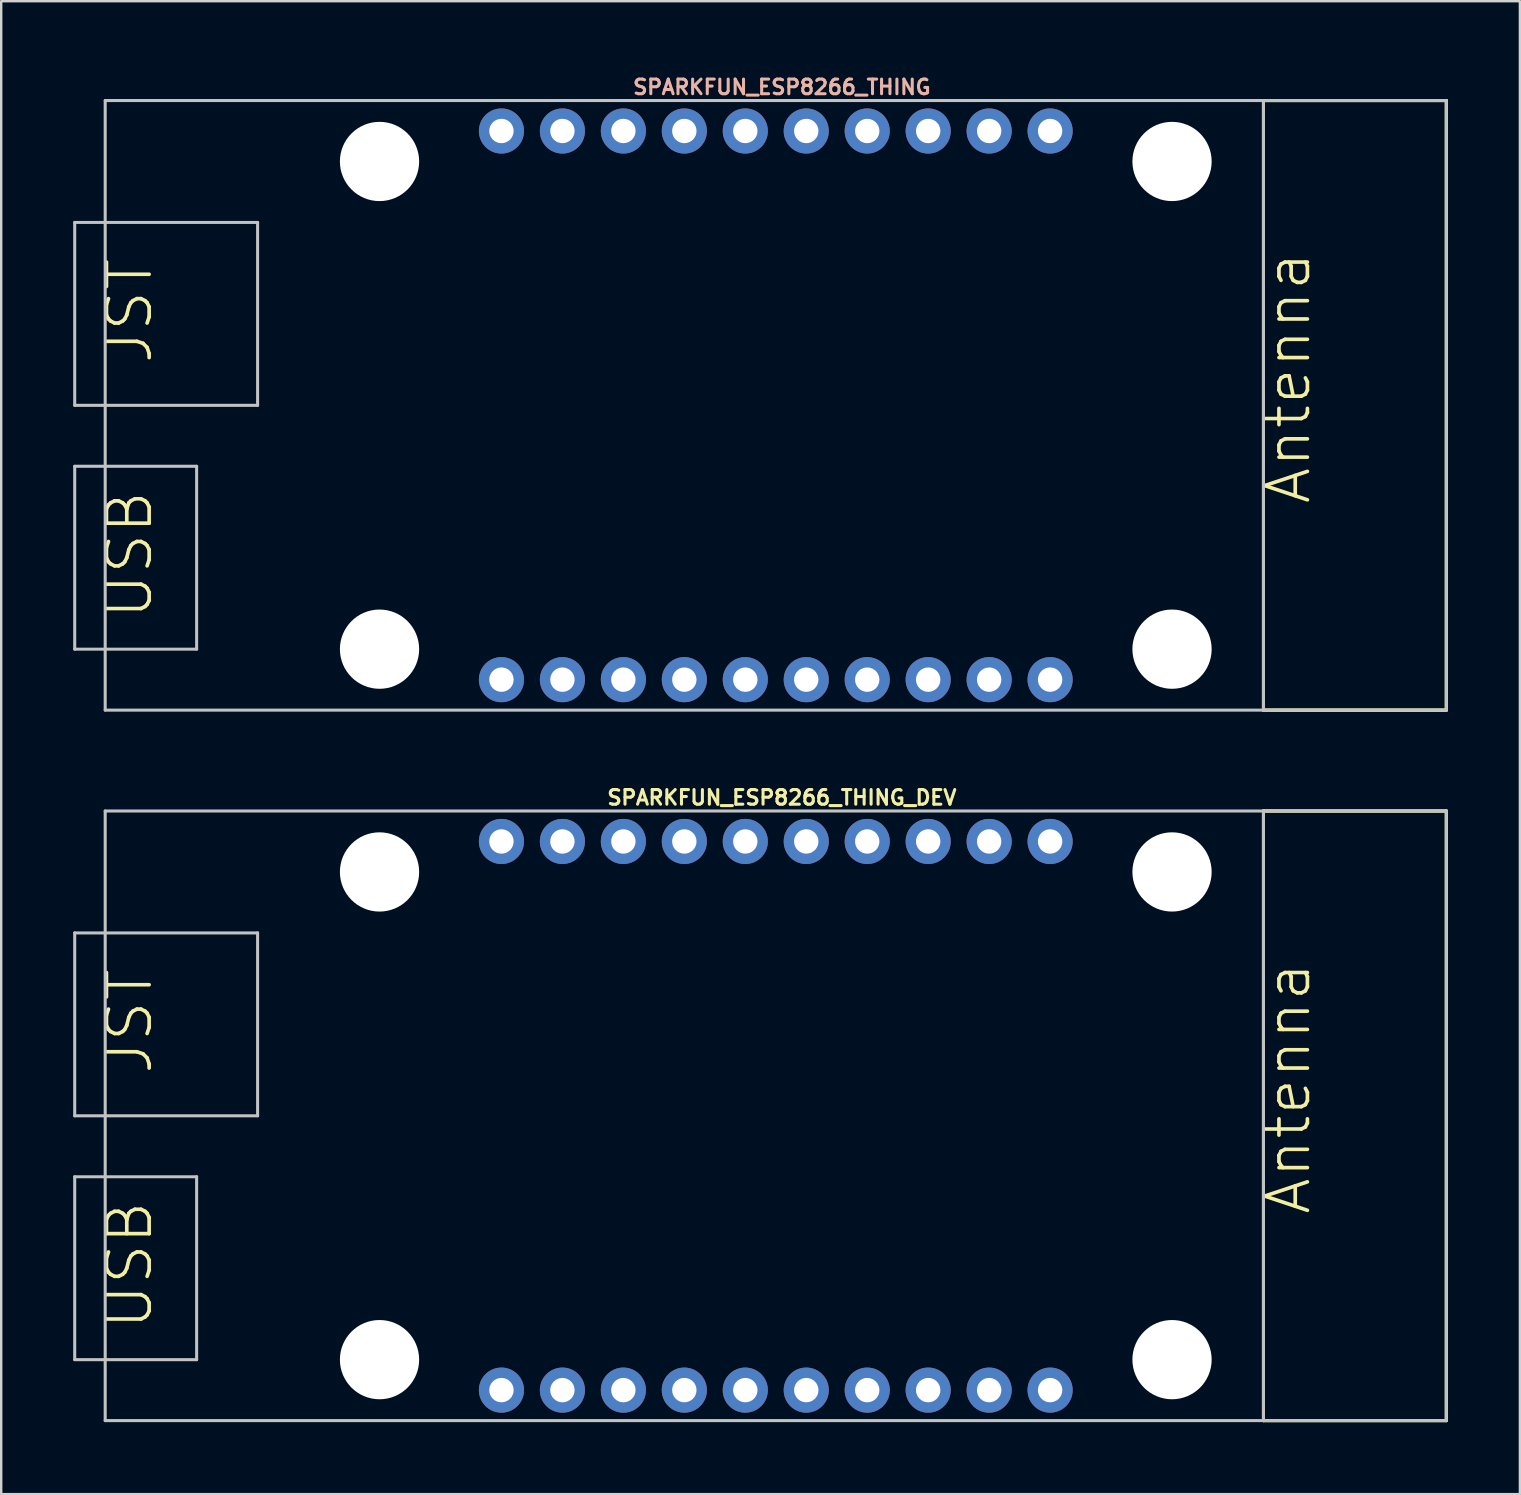
<source format=kicad_pcb>
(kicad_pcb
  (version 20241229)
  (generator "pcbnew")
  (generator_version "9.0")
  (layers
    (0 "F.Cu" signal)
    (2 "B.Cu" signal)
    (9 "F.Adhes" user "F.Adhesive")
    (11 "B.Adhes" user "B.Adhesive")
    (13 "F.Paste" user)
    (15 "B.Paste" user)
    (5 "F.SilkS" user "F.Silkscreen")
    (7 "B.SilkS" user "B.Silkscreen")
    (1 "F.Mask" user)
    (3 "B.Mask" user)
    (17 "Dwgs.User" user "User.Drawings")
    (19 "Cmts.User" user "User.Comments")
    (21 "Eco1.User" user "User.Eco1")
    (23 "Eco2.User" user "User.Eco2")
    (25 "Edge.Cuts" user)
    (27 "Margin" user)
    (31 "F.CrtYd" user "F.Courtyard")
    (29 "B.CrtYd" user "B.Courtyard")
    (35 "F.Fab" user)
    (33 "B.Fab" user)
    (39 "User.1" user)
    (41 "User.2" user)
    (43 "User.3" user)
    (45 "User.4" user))
  (footprint "SPARKFUN_ESP8266_THING"
    (layer "F.Cu")
    (at 28.003 13.838)
    (property "Reference" "SPARKFUN_ESP8266_THING" (at 1.524 -13.259 0) (layer "B.SilkS") (effects (font (size 0.61 0.61) (thickness 0.127))))
    (attr exclude_from_pos_files exclude_from_bom)
    (fp_line (start 21.59 -12.7) (end 21.59 12.7) (stroke (width 0.127) (type solid)) (layer "F.SilkS"))
    (fp_line (start 21.59 -12.7) (end 21.59 12.7) (stroke (width 0.127) (type solid)) (layer "F.SilkS"))
    (fp_line (start 21.59 12.7) (end 29.21 12.7) (stroke (width 0.127) (type solid)) (layer "F.SilkS"))
    (fp_line (start 21.59 12.7) (end 29.21 12.7) (stroke (width 0.127) (type solid)) (layer "F.SilkS"))
    (fp_line (start 29.21 -12.7) (end 21.59 -12.7) (stroke (width 0.127) (type solid)) (layer "F.SilkS"))
    (fp_line (start 29.21 -12.7) (end 21.59 -12.7) (stroke (width 0.127) (type solid)) (layer "F.SilkS"))
    (fp_line (start 29.21 12.7) (end 29.21 -12.7) (stroke (width 0.127) (type solid)) (layer "F.SilkS"))
    (fp_line (start 29.21 12.7) (end 29.21 -12.7) (stroke (width 0.127) (type solid)) (layer "F.SilkS"))
    (fp_line (start -27.94 -7.62) (end -27.94 0) (stroke (width 0.127) (type solid)) (layer "Dwgs.User"))
    (fp_line (start -27.94 0) (end -26.67 0) (stroke (width 0.127) (type solid)) (layer "Dwgs.User"))
    (fp_line (start -27.94 2.54) (end -27.94 10.16) (stroke (width 0.127) (type solid)) (layer "Dwgs.User"))
    (fp_line (start -27.94 10.16) (end -22.86 10.16) (stroke (width 0.127) (type solid)) (layer "Dwgs.User"))
    (fp_line (start -26.67 -12.7) (end 29.21 -12.7) (stroke (width 0.127) (type solid)) (layer "Dwgs.User"))
    (fp_line (start -26.67 0) (end -26.67 -12.7) (stroke (width 0.127) (type solid)) (layer "Dwgs.User"))
    (fp_line (start -26.67 0) (end -20.32 0) (stroke (width 0.127) (type solid)) (layer "Dwgs.User"))
    (fp_line (start -26.67 12.7) (end -26.67 0) (stroke (width 0.127) (type solid)) (layer "Dwgs.User"))
    (fp_line (start -22.86 2.54) (end -27.94 2.54) (stroke (width 0.127) (type solid)) (layer "Dwgs.User"))
    (fp_line (start -22.86 10.16) (end -22.86 2.54) (stroke (width 0.127) (type solid)) (layer "Dwgs.User"))
    (fp_line (start -20.32 -7.62) (end -27.94 -7.62) (stroke (width 0.127) (type solid)) (layer "Dwgs.User"))
    (fp_line (start -20.32 0) (end -20.32 -7.62) (stroke (width 0.127) (type solid)) (layer "Dwgs.User"))
    (fp_line (start 21.59 -12.7) (end 21.59 12.7) (stroke (width 0.127) (type solid)) (layer "Dwgs.User"))
    (fp_line (start 29.21 -12.7) (end 29.21 12.7) (stroke (width 0.127) (type solid)) (layer "Dwgs.User"))
    (fp_line (start 29.21 12.7) (end -26.67 12.7) (stroke (width 0.127) (type solid)) (layer "Dwgs.User"))
    (fp_text user "JST" (at -25.654 -3.937 90) (layer "F.SilkS") (effects (font (size 1.778 1.778) (thickness 0.152))))
    (fp_text user "USB" (at -25.654 6.223 90) (layer "F.SilkS") (effects (font (size 1.778 1.778) (thickness 0.152))))
    (fp_text user "Antenna" (at 22.606 -1.143 90) (layer "F.SilkS") (effects (font (size 1.778 1.778) (thickness 0.152))))
    (pad "" np_thru_hole circle (at -15.24 -10.16) (size 3.302 3.302) (drill 3.302) (layers "*.Cu" "*.Mask"))
    (pad "" np_thru_hole circle (at -15.24 10.16) (size 3.302 3.302) (drill 3.302) (layers "*.Cu" "*.Mask"))
    (pad "" np_thru_hole circle (at 17.78 -10.16) (size 3.302 3.302) (drill 3.302) (layers "*.Cu" "*.Mask"))
    (pad "" np_thru_hole circle (at 17.78 10.16) (size 3.302 3.302) (drill 3.302) (layers "*.Cu" "*.Mask"))
    (pad "0" thru_hole circle (at -2.54 -11.43) (size 1.88 1.88) (drill 1.016) (layers "*.Cu" "*.Paste" "*.Mask"))
    (pad "3.3V" thru_hole circle (at -7.62 11.43) (size 1.88 1.88) (drill 1.016) (layers "*.Cu" "*.Paste" "*.Mask"))
    (pad "3.3V" thru_hole circle (at 7.62 11.43) (size 1.88 1.88) (drill 1.016) (layers "*.Cu" "*.Paste" "*.Mask"))
    (pad "4" thru_hole circle (at 0 -11.43) (size 1.88 1.88) (drill 1.016) (layers "*.Cu" "*.Paste" "*.Mask"))
    (pad "5" thru_hole circle (at -5.08 -11.43) (size 1.88 1.88) (drill 1.016) (layers "*.Cu" "*.Paste" "*.Mask"))
    (pad "12" thru_hole circle (at 5.08 -11.43) (size 1.88 1.88) (drill 1.016) (layers "*.Cu" "*.Paste" "*.Mask"))
    (pad "13" thru_hole circle (at 2.54 -11.43) (size 1.88 1.88) (drill 1.016) (layers "*.Cu" "*.Paste" "*.Mask"))
    (pad "ADC" thru_hole circle (at 10.16 -11.43) (size 1.88 1.88) (drill 1.016) (layers "*.Cu" "*.Paste" "*.Mask"))
    (pad "DTR" thru_hole circle (at 0 11.43) (size 1.88 1.88) (drill 1.016) (layers "*.Cu" "*.Paste" "*.Mask"))
    (pad "EN" thru_hole circle (at 12.7 -11.43) (size 1.88 1.88) (drill 1.016) (layers "*.Cu" "*.Paste" "*.Mask"))
    (pad "GND@" thru_hole circle (at -10.16 -11.43) (size 1.88 1.88) (drill 1.016) (layers "*.Cu" "*.Paste" "*.Mask"))
    (pad "GND@" thru_hole circle (at -10.16 11.43) (size 1.88 1.88) (drill 1.016) (layers "*.Cu" "*.Paste" "*.Mask"))
    (pad "GND@" thru_hole circle (at 12.7 11.43) (size 1.88 1.88) (drill 1.016) (layers "*.Cu" "*.Paste" "*.Mask"))
    (pad "NC" thru_hole circle (at 10.16 11.43) (size 1.88 1.88) (drill 1.016) (layers "*.Cu" "*.Paste" "*.Mask"))
    (pad "RXI" thru_hole circle (at 5.08 11.43) (size 1.88 1.88) (drill 1.016) (layers "*.Cu" "*.Paste" "*.Mask"))
    (pad "SCL" thru_hole circle (at -2.54 11.43) (size 1.88 1.88) (drill 1.016) (layers "*.Cu" "*.Paste" "*.Mask"))
    (pad "SDA" thru_hole circle (at -5.08 11.43) (size 1.88 1.88) (drill 1.016) (layers "*.Cu" "*.Paste" "*.Mask"))
    (pad "TXO" thru_hole circle (at 2.54 11.43) (size 1.88 1.88) (drill 1.016) (layers "*.Cu" "*.Paste" "*.Mask"))
    (pad "VIN" thru_hole circle (at -7.62 -11.43) (size 1.88 1.88) (drill 1.016) (layers "*.Cu" "*.Paste" "*.Mask"))
    (pad "XPD" thru_hole circle (at 7.62 -11.43) (size 1.88 1.88) (drill 1.016) (layers "*.Cu" "*.Paste" "*.Mask")))
  (footprint "SPARKFUN_ESP8266_THING_DEV"
    (layer "F.Cu")
    (at 28.003 43.44)
    (property "Reference" "SPARKFUN_ESP8266_THING_DEV" (at 1.524 -13.259 0) (layer "F.SilkS") (effects (font (size 0.61 0.61) (thickness 0.127))))
    (attr exclude_from_pos_files exclude_from_bom)
    (fp_line (start 21.59 -12.7) (end 21.59 12.7) (stroke (width 0.127) (type solid)) (layer "F.SilkS"))
    (fp_line (start 21.59 -12.7) (end 21.59 12.7) (stroke (width 0.127) (type solid)) (layer "F.SilkS"))
    (fp_line (start 21.59 12.7) (end 29.21 12.7) (stroke (width 0.127) (type solid)) (layer "F.SilkS"))
    (fp_line (start 21.59 12.7) (end 29.21 12.7) (stroke (width 0.127) (type solid)) (layer "F.SilkS"))
    (fp_line (start 29.21 -12.7) (end 21.59 -12.7) (stroke (width 0.127) (type solid)) (layer "F.SilkS"))
    (fp_line (start 29.21 -12.7) (end 21.59 -12.7) (stroke (width 0.127) (type solid)) (layer "F.SilkS"))
    (fp_line (start 29.21 12.7) (end 29.21 -12.7) (stroke (width 0.127) (type solid)) (layer "F.SilkS"))
    (fp_line (start 29.21 12.7) (end 29.21 -12.7) (stroke (width 0.127) (type solid)) (layer "F.SilkS"))
    (fp_line (start -27.94 -7.62) (end -27.94 0) (stroke (width 0.127) (type solid)) (layer "Dwgs.User"))
    (fp_line (start -27.94 0) (end -26.67 0) (stroke (width 0.127) (type solid)) (layer "Dwgs.User"))
    (fp_line (start -27.94 2.54) (end -27.94 10.16) (stroke (width 0.127) (type solid)) (layer "Dwgs.User"))
    (fp_line (start -27.94 10.16) (end -22.86 10.16) (stroke (width 0.127) (type solid)) (layer "Dwgs.User"))
    (fp_line (start -26.67 -12.7) (end 29.21 -12.7) (stroke (width 0.127) (type solid)) (layer "Dwgs.User"))
    (fp_line (start -26.67 0) (end -26.67 -12.7) (stroke (width 0.127) (type solid)) (layer "Dwgs.User"))
    (fp_line (start -26.67 0) (end -20.32 0) (stroke (width 0.127) (type solid)) (layer "Dwgs.User"))
    (fp_line (start -26.67 12.7) (end -26.67 0) (stroke (width 0.127) (type solid)) (layer "Dwgs.User"))
    (fp_line (start -22.86 2.54) (end -27.94 2.54) (stroke (width 0.127) (type solid)) (layer "Dwgs.User"))
    (fp_line (start -22.86 10.16) (end -22.86 2.54) (stroke (width 0.127) (type solid)) (layer "Dwgs.User"))
    (fp_line (start -20.32 -7.62) (end -27.94 -7.62) (stroke (width 0.127) (type solid)) (layer "Dwgs.User"))
    (fp_line (start -20.32 0) (end -20.32 -7.62) (stroke (width 0.127) (type solid)) (layer "Dwgs.User"))
    (fp_line (start 21.59 -12.7) (end 21.59 12.7) (stroke (width 0.127) (type solid)) (layer "Dwgs.User"))
    (fp_line (start 29.21 -12.7) (end 29.21 12.7) (stroke (width 0.127) (type solid)) (layer "Dwgs.User"))
    (fp_line (start 29.21 12.7) (end -26.67 12.7) (stroke (width 0.127) (type solid)) (layer "Dwgs.User"))
    (fp_text user "Antenna" (at 22.606 -1.143 90) (layer "F.SilkS") (effects (font (size 1.778 1.778) (thickness 0.152))))
    (fp_text user "JST" (at -25.654 -3.937 90) (layer "F.SilkS") (effects (font (size 1.778 1.778) (thickness 0.152))))
    (fp_text user "USB" (at -25.654 6.223 90) (layer "F.SilkS") (effects (font (size 1.778 1.778) (thickness 0.152))))
    (pad "" np_thru_hole circle (at -15.24 -10.16) (size 3.302 3.302) (drill 3.302) (layers "*.Cu" "*.Mask"))
    (pad "" np_thru_hole circle (at -15.24 10.16) (size 3.302 3.302) (drill 3.302) (layers "*.Cu" "*.Mask"))
    (pad "" np_thru_hole circle (at 17.78 -10.16) (size 3.302 3.302) (drill 3.302) (layers "*.Cu" "*.Mask"))
    (pad "" np_thru_hole circle (at 17.78 10.16) (size 3.302 3.302) (drill 3.302) (layers "*.Cu" "*.Mask"))
    (pad "0" thru_hole circle (at -2.54 -11.43) (size 1.88 1.88) (drill 1.016) (layers "*.Cu" "*.Paste" "*.Mask"))
    (pad "2" thru_hole circle (at -5.08 11.43) (size 1.88 1.88) (drill 1.016) (layers "*.Cu" "*.Paste" "*.Mask"))
    (pad "3.3V" thru_hole circle (at -7.62 11.43) (size 1.88 1.88) (drill 1.016) (layers "*.Cu" "*.Paste" "*.Mask"))
    (pad "4" thru_hole circle (at 0 -11.43) (size 1.88 1.88) (drill 1.016) (layers "*.Cu" "*.Paste" "*.Mask"))
    (pad "5" thru_hole circle (at -5.08 -11.43) (size 1.88 1.88) (drill 1.016) (layers "*.Cu" "*.Paste" "*.Mask"))
    (pad "5V" thru_hole circle (at 7.62 11.43) (size 1.88 1.88) (drill 1.016) (layers "*.Cu" "*.Paste" "*.Mask"))
    (pad "12" thru_hole circle (at 5.08 -11.43) (size 1.88 1.88) (drill 1.016) (layers "*.Cu" "*.Paste" "*.Mask"))
    (pad "13" thru_hole circle (at 2.54 -11.43) (size 1.88 1.88) (drill 1.016) (layers "*.Cu" "*.Paste" "*.Mask"))
    (pad "14" thru_hole circle (at -2.54 11.43) (size 1.88 1.88) (drill 1.016) (layers "*.Cu" "*.Paste" "*.Mask"))
    (pad "15" thru_hole circle (at 12.7 -11.43) (size 1.88 1.88) (drill 1.016) (layers "*.Cu" "*.Paste" "*.Mask"))
    (pad "16" thru_hole circle (at 7.62 -11.43) (size 1.88 1.88) (drill 1.016) (layers "*.Cu" "*.Paste" "*.Mask"))
    (pad "ADC" thru_hole circle (at 10.16 -11.43) (size 1.88 1.88) (drill 1.016) (layers "*.Cu" "*.Paste" "*.Mask"))
    (pad "GND@" thru_hole circle (at -10.16 -11.43) (size 1.88 1.88) (drill 1.016) (layers "*.Cu" "*.Paste" "*.Mask"))
    (pad "GND@" thru_hole circle (at -10.16 11.43) (size 1.88 1.88) (drill 1.016) (layers "*.Cu" "*.Paste" "*.Mask"))
    (pad "GND@" thru_hole circle (at 12.7 11.43) (size 1.88 1.88) (drill 1.016) (layers "*.Cu" "*.Paste" "*.Mask"))
    (pad "NC" thru_hole circle (at 10.16 11.43) (size 1.88 1.88) (drill 1.016) (layers "*.Cu" "*.Paste" "*.Mask"))
    (pad "RST" thru_hole circle (at 0 11.43) (size 1.88 1.88) (drill 1.016) (layers "*.Cu" "*.Paste" "*.Mask"))
    (pad "RX" thru_hole circle (at 5.08 11.43) (size 1.88 1.88) (drill 1.016) (layers "*.Cu" "*.Paste" "*.Mask"))
    (pad "TX" thru_hole circle (at 2.54 11.43) (size 1.88 1.88) (drill 1.016) (layers "*.Cu" "*.Paste" "*.Mask"))
    (pad "VIN" thru_hole circle (at -7.62 -11.43) (size 1.88 1.88) (drill 1.016) (layers "*.Cu" "*.Paste" "*.Mask")))
  (gr_rect
    (start -3 -3)
    (end 60.277 59.204)
    (stroke (width 0.1) (type default))
    (fill no)
    (layer "Edge.Cuts")))
</source>
